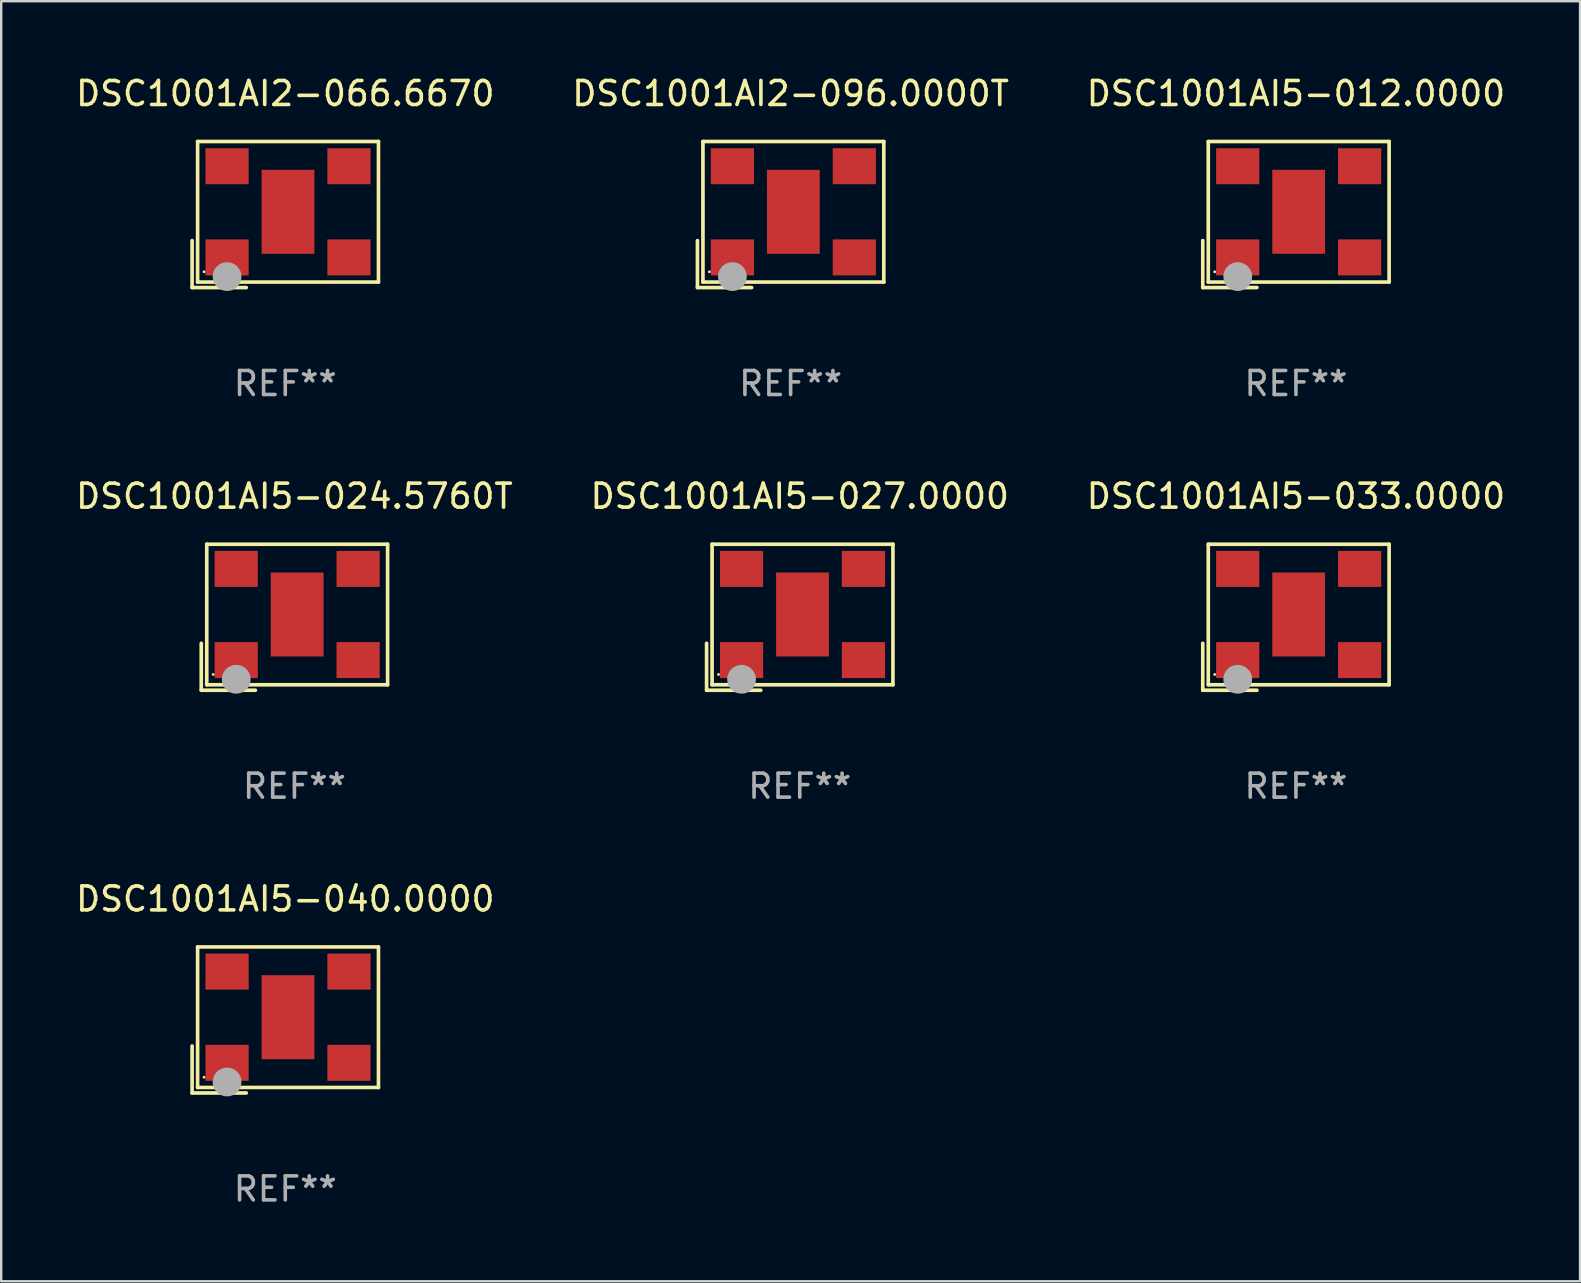
<source format=kicad_pcb>
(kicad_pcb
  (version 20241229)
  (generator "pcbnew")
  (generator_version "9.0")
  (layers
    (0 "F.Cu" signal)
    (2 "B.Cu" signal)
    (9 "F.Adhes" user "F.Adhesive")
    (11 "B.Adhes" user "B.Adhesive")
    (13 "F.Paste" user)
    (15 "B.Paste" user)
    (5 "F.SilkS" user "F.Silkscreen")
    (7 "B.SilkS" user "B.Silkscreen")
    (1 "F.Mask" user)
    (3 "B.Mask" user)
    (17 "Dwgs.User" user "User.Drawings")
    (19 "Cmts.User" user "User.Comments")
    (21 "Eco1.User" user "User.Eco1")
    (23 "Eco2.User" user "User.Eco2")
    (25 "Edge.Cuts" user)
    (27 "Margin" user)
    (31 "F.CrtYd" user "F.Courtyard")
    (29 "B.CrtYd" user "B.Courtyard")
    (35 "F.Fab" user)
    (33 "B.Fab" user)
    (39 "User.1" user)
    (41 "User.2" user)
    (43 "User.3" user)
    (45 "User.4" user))
  (footprint "DSC1001AI5-027.0000"
    (layer "F.Cu")
    (at 30.28 22.673)
    (property "Reference" "DSC1001AI5-027.0000" (at 0 -5.043 0) (layer "F.SilkS") (effects (font (size 1 1) (thickness 0.15))))
    (attr through_hole)
    (fp_line (start -3.883 1.086) (end -3.883 3.043) (stroke (width 0.152) (type solid)) (layer "F.SilkS"))
    (fp_line (start -3.883 3.043) (end -1.626 3.043) (stroke (width 0.152) (type solid)) (layer "F.SilkS"))
    (fp_line (start -3.654 -3.043) (end 3.883 -3.043) (stroke (width 0.152) (type solid)) (layer "F.SilkS"))
    (fp_line (start -3.654 2.814) (end -3.654 -3.043) (stroke (width 0.152) (type solid)) (layer "F.SilkS"))
    (fp_line (start 3.883 -3.043) (end 3.883 2.814) (stroke (width 0.152) (type solid)) (layer "F.SilkS"))
    (fp_line (start 3.883 2.814) (end -3.654 2.814) (stroke (width 0.152) (type solid)) (layer "F.SilkS"))
    (fp_circle (center -3.386 2.386) (end -3.356 2.386) (stroke (width 0.06) (type solid)) (fill no) (layer "F.SilkS"))
    (fp_circle (center -2.426 2.586) (end -2.126 2.586) (stroke (width 0.6) (type solid)) (fill no) (layer "F.Fab"))
    (fp_text user "REF**" (at 0 7.043 0) (layer "F.Fab") (effects (font (size 1 1) (thickness 0.15))))
    (pad "1" smd rect (at -2.426 1.786) (size 1.8 1.5) (layers "F.Cu" "F.Mask" "F.Paste"))
    (pad "2" smd rect (at 2.654 1.786) (size 1.8 1.5) (layers "F.Cu" "F.Mask" "F.Paste"))
    (pad "3" smd rect (at 2.654 -2.014) (size 1.8 1.5) (layers "F.Cu" "F.Mask" "F.Paste"))
    (pad "4" smd rect (at -2.426 -2.014) (size 1.8 1.5) (layers "F.Cu" "F.Mask" "F.Paste"))
    (pad "5" smd rect (at 0.114 -0.114) (size 2.2 3.5) (layers "F.Cu" "F.Mask" "F.Paste")))
  (footprint "DSC1001AI5-024.5760T"
    (layer "F.Cu")
    (at 9.22 22.673)
    (property "Reference" "DSC1001AI5-024.5760T" (at 0 -5.043 0) (layer "F.SilkS") (effects (font (size 1 1) (thickness 0.15))))
    (attr through_hole)
    (fp_line (start -3.883 1.086) (end -3.883 3.043) (stroke (width 0.152) (type solid)) (layer "F.SilkS"))
    (fp_line (start -3.883 3.043) (end -1.626 3.043) (stroke (width 0.152) (type solid)) (layer "F.SilkS"))
    (fp_line (start -3.654 -3.043) (end 3.883 -3.043) (stroke (width 0.152) (type solid)) (layer "F.SilkS"))
    (fp_line (start -3.654 2.814) (end -3.654 -3.043) (stroke (width 0.152) (type solid)) (layer "F.SilkS"))
    (fp_line (start 3.883 -3.043) (end 3.883 2.814) (stroke (width 0.152) (type solid)) (layer "F.SilkS"))
    (fp_line (start 3.883 2.814) (end -3.654 2.814) (stroke (width 0.152) (type solid)) (layer "F.SilkS"))
    (fp_circle (center -3.386 2.386) (end -3.356 2.386) (stroke (width 0.06) (type solid)) (fill no) (layer "F.SilkS"))
    (fp_circle (center -2.426 2.586) (end -2.126 2.586) (stroke (width 0.6) (type solid)) (fill no) (layer "F.Fab"))
    (fp_text user "REF**" (at 0 7.043 0) (layer "F.Fab") (effects (font (size 1 1) (thickness 0.15))))
    (pad "1" smd rect (at -2.426 1.786) (size 1.8 1.5) (layers "F.Cu" "F.Mask" "F.Paste"))
    (pad "2" smd rect (at 2.654 1.786) (size 1.8 1.5) (layers "F.Cu" "F.Mask" "F.Paste"))
    (pad "3" smd rect (at 2.654 -2.014) (size 1.8 1.5) (layers "F.Cu" "F.Mask" "F.Paste"))
    (pad "4" smd rect (at -2.426 -2.014) (size 1.8 1.5) (layers "F.Cu" "F.Mask" "F.Paste"))
    (pad "5" smd rect (at 0.114 -0.114) (size 2.2 3.5) (layers "F.Cu" "F.Mask" "F.Paste")))
  (footprint "DSC1001AI5-012.0000"
    (layer "F.Cu")
    (at 50.958 5.891)
    (property "Reference" "DSC1001AI5-012.0000" (at 0 -5.043 0) (layer "F.SilkS") (effects (font (size 1 1) (thickness 0.15))))
    (attr through_hole)
    (fp_line (start -3.883 1.086) (end -3.883 3.043) (stroke (width 0.152) (type solid)) (layer "F.SilkS"))
    (fp_line (start -3.883 3.043) (end -1.626 3.043) (stroke (width 0.152) (type solid)) (layer "F.SilkS"))
    (fp_line (start -3.654 -3.043) (end 3.883 -3.043) (stroke (width 0.152) (type solid)) (layer "F.SilkS"))
    (fp_line (start -3.654 2.814) (end -3.654 -3.043) (stroke (width 0.152) (type solid)) (layer "F.SilkS"))
    (fp_line (start 3.883 -3.043) (end 3.883 2.814) (stroke (width 0.152) (type solid)) (layer "F.SilkS"))
    (fp_line (start 3.883 2.814) (end -3.654 2.814) (stroke (width 0.152) (type solid)) (layer "F.SilkS"))
    (fp_circle (center -3.386 2.386) (end -3.356 2.386) (stroke (width 0.06) (type solid)) (fill no) (layer "F.SilkS"))
    (fp_circle (center -2.426 2.586) (end -2.126 2.586) (stroke (width 0.6) (type solid)) (fill no) (layer "F.Fab"))
    (fp_text user "REF**" (at 0 7.043 0) (layer "F.Fab") (effects (font (size 1 1) (thickness 0.15))))
    (pad "1" smd rect (at -2.426 1.786) (size 1.8 1.5) (layers "F.Cu" "F.Mask" "F.Paste"))
    (pad "2" smd rect (at 2.654 1.786) (size 1.8 1.5) (layers "F.Cu" "F.Mask" "F.Paste"))
    (pad "3" smd rect (at 2.654 -2.014) (size 1.8 1.5) (layers "F.Cu" "F.Mask" "F.Paste"))
    (pad "4" smd rect (at -2.426 -2.014) (size 1.8 1.5) (layers "F.Cu" "F.Mask" "F.Paste"))
    (pad "5" smd rect (at 0.114 -0.114) (size 2.2 3.5) (layers "F.Cu" "F.Mask" "F.Paste")))
  (footprint "DSC1001AI5-033.0000"
    (layer "F.Cu")
    (at 50.958 22.673)
    (property "Reference" "DSC1001AI5-033.0000" (at 0 -5.043 0) (layer "F.SilkS") (effects (font (size 1 1) (thickness 0.15))))
    (attr through_hole)
    (fp_line (start -3.883 1.086) (end -3.883 3.043) (stroke (width 0.152) (type solid)) (layer "F.SilkS"))
    (fp_line (start -3.883 3.043) (end -1.626 3.043) (stroke (width 0.152) (type solid)) (layer "F.SilkS"))
    (fp_line (start -3.654 -3.043) (end 3.883 -3.043) (stroke (width 0.152) (type solid)) (layer "F.SilkS"))
    (fp_line (start -3.654 2.814) (end -3.654 -3.043) (stroke (width 0.152) (type solid)) (layer "F.SilkS"))
    (fp_line (start 3.883 -3.043) (end 3.883 2.814) (stroke (width 0.152) (type solid)) (layer "F.SilkS"))
    (fp_line (start 3.883 2.814) (end -3.654 2.814) (stroke (width 0.152) (type solid)) (layer "F.SilkS"))
    (fp_circle (center -3.386 2.386) (end -3.356 2.386) (stroke (width 0.06) (type solid)) (fill no) (layer "F.SilkS"))
    (fp_circle (center -2.426 2.586) (end -2.126 2.586) (stroke (width 0.6) (type solid)) (fill no) (layer "F.Fab"))
    (fp_text user "REF**" (at 0 7.043 0) (layer "F.Fab") (effects (font (size 1 1) (thickness 0.15))))
    (pad "1" smd rect (at -2.426 1.786) (size 1.8 1.5) (layers "F.Cu" "F.Mask" "F.Paste"))
    (pad "2" smd rect (at 2.654 1.786) (size 1.8 1.5) (layers "F.Cu" "F.Mask" "F.Paste"))
    (pad "3" smd rect (at 2.654 -2.014) (size 1.8 1.5) (layers "F.Cu" "F.Mask" "F.Paste"))
    (pad "4" smd rect (at -2.426 -2.014) (size 1.8 1.5) (layers "F.Cu" "F.Mask" "F.Paste"))
    (pad "5" smd rect (at 0.114 -0.114) (size 2.2 3.5) (layers "F.Cu" "F.Mask" "F.Paste")))
  (footprint "DSC1001AI2-066.6670"
    (layer "F.Cu")
    (at 8.839 5.891)
    (property "Reference" "DSC1001AI2-066.6670" (at 0 -5.043 0) (layer "F.SilkS") (effects (font (size 1 1) (thickness 0.15))))
    (attr through_hole)
    (fp_line (start -3.883 1.086) (end -3.883 3.043) (stroke (width 0.152) (type solid)) (layer "F.SilkS"))
    (fp_line (start -3.883 3.043) (end -1.626 3.043) (stroke (width 0.152) (type solid)) (layer "F.SilkS"))
    (fp_line (start -3.654 -3.043) (end 3.883 -3.043) (stroke (width 0.152) (type solid)) (layer "F.SilkS"))
    (fp_line (start -3.654 2.814) (end -3.654 -3.043) (stroke (width 0.152) (type solid)) (layer "F.SilkS"))
    (fp_line (start 3.883 -3.043) (end 3.883 2.814) (stroke (width 0.152) (type solid)) (layer "F.SilkS"))
    (fp_line (start 3.883 2.814) (end -3.654 2.814) (stroke (width 0.152) (type solid)) (layer "F.SilkS"))
    (fp_circle (center -3.386 2.386) (end -3.356 2.386) (stroke (width 0.06) (type solid)) (fill no) (layer "F.SilkS"))
    (fp_circle (center -2.426 2.586) (end -2.126 2.586) (stroke (width 0.6) (type solid)) (fill no) (layer "F.Fab"))
    (fp_text user "REF**" (at 0 7.043 0) (layer "F.Fab") (effects (font (size 1 1) (thickness 0.15))))
    (pad "1" smd rect (at -2.426 1.786) (size 1.8 1.5) (layers "F.Cu" "F.Mask" "F.Paste"))
    (pad "2" smd rect (at 2.654 1.786) (size 1.8 1.5) (layers "F.Cu" "F.Mask" "F.Paste"))
    (pad "3" smd rect (at 2.654 -2.014) (size 1.8 1.5) (layers "F.Cu" "F.Mask" "F.Paste"))
    (pad "4" smd rect (at -2.426 -2.014) (size 1.8 1.5) (layers "F.Cu" "F.Mask" "F.Paste"))
    (pad "5" smd rect (at 0.114 -0.114) (size 2.2 3.5) (layers "F.Cu" "F.Mask" "F.Paste")))
  (footprint "DSC1001AI5-040.0000"
    (layer "F.Cu")
    (at 8.839 39.456)
    (property "Reference" "DSC1001AI5-040.0000" (at 0 -5.043 0) (layer "F.SilkS") (effects (font (size 1 1) (thickness 0.15))))
    (attr through_hole)
    (fp_line (start -3.883 1.086) (end -3.883 3.043) (stroke (width 0.152) (type solid)) (layer "F.SilkS"))
    (fp_line (start -3.883 3.043) (end -1.626 3.043) (stroke (width 0.152) (type solid)) (layer "F.SilkS"))
    (fp_line (start -3.654 -3.043) (end 3.883 -3.043) (stroke (width 0.152) (type solid)) (layer "F.SilkS"))
    (fp_line (start -3.654 2.814) (end -3.654 -3.043) (stroke (width 0.152) (type solid)) (layer "F.SilkS"))
    (fp_line (start 3.883 -3.043) (end 3.883 2.814) (stroke (width 0.152) (type solid)) (layer "F.SilkS"))
    (fp_line (start 3.883 2.814) (end -3.654 2.814) (stroke (width 0.152) (type solid)) (layer "F.SilkS"))
    (fp_circle (center -3.386 2.386) (end -3.356 2.386) (stroke (width 0.06) (type solid)) (fill no) (layer "F.SilkS"))
    (fp_circle (center -2.426 2.586) (end -2.126 2.586) (stroke (width 0.6) (type solid)) (fill no) (layer "F.Fab"))
    (fp_text user "REF**" (at 0 7.043 0) (layer "F.Fab") (effects (font (size 1 1) (thickness 0.15))))
    (pad "1" smd rect (at -2.426 1.786) (size 1.8 1.5) (layers "F.Cu" "F.Mask" "F.Paste"))
    (pad "2" smd rect (at 2.654 1.786) (size 1.8 1.5) (layers "F.Cu" "F.Mask" "F.Paste"))
    (pad "3" smd rect (at 2.654 -2.014) (size 1.8 1.5) (layers "F.Cu" "F.Mask" "F.Paste"))
    (pad "4" smd rect (at -2.426 -2.014) (size 1.8 1.5) (layers "F.Cu" "F.Mask" "F.Paste"))
    (pad "5" smd rect (at 0.114 -0.114) (size 2.2 3.5) (layers "F.Cu" "F.Mask" "F.Paste")))
  (footprint "DSC1001AI2-096.0000T"
    (layer "F.Cu")
    (at 29.899 5.891)
    (property "Reference" "DSC1001AI2-096.0000T" (at 0 -5.043 0) (layer "F.SilkS") (effects (font (size 1 1) (thickness 0.15))))
    (attr through_hole)
    (fp_line (start -3.883 1.086) (end -3.883 3.043) (stroke (width 0.152) (type solid)) (layer "F.SilkS"))
    (fp_line (start -3.883 3.043) (end -1.626 3.043) (stroke (width 0.152) (type solid)) (layer "F.SilkS"))
    (fp_line (start -3.654 -3.043) (end 3.883 -3.043) (stroke (width 0.152) (type solid)) (layer "F.SilkS"))
    (fp_line (start -3.654 2.814) (end -3.654 -3.043) (stroke (width 0.152) (type solid)) (layer "F.SilkS"))
    (fp_line (start 3.883 -3.043) (end 3.883 2.814) (stroke (width 0.152) (type solid)) (layer "F.SilkS"))
    (fp_line (start 3.883 2.814) (end -3.654 2.814) (stroke (width 0.152) (type solid)) (layer "F.SilkS"))
    (fp_circle (center -3.386 2.386) (end -3.356 2.386) (stroke (width 0.06) (type solid)) (fill no) (layer "F.SilkS"))
    (fp_circle (center -2.426 2.586) (end -2.126 2.586) (stroke (width 0.6) (type solid)) (fill no) (layer "F.Fab"))
    (fp_text user "REF**" (at 0 7.043 0) (layer "F.Fab") (effects (font (size 1 1) (thickness 0.15))))
    (pad "1" smd rect (at -2.426 1.786) (size 1.8 1.5) (layers "F.Cu" "F.Mask" "F.Paste"))
    (pad "2" smd rect (at 2.654 1.786) (size 1.8 1.5) (layers "F.Cu" "F.Mask" "F.Paste"))
    (pad "3" smd rect (at 2.654 -2.014) (size 1.8 1.5) (layers "F.Cu" "F.Mask" "F.Paste"))
    (pad "4" smd rect (at -2.426 -2.014) (size 1.8 1.5) (layers "F.Cu" "F.Mask" "F.Paste"))
    (pad "5" smd rect (at 0.114 -0.114) (size 2.2 3.5) (layers "F.Cu" "F.Mask" "F.Paste")))
  (gr_rect
    (start -3 -3)
    (end 62.798 50.347)
    (stroke (width 0.1) (type default))
    (fill no)
    (layer "Edge.Cuts")))
</source>
